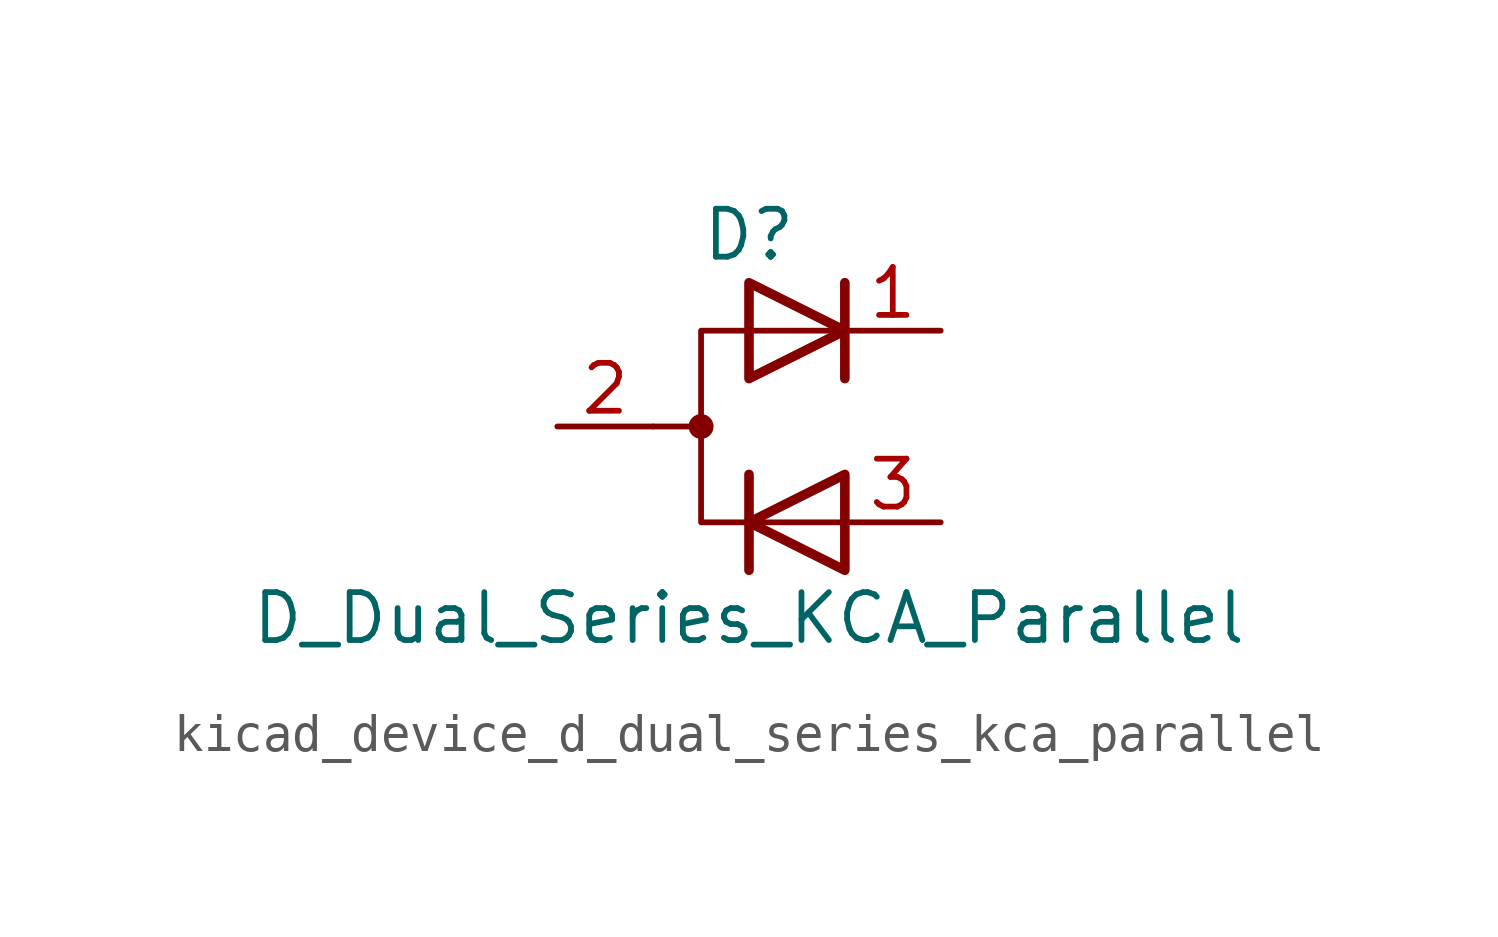
<source format=kicad_sym>
(kicad_symbol_lib
  (version 20220914)
  (generator kicad_symbol_editor)
  (symbol "kicad_device_d_dual_series_kca_parallel"
    (pin_names
      (offset 0.762) hide)
    (property "Reference" "D"
      (at 0 5.08 0)
      (effects (font (size 1.27 1.27))))
    (property "Value" "D_Dual_Series_KCA_Parallel"
      (at 0 -5.08 0)
      (effects (font (size 1.27 1.27))))
    (symbol "kicad_device_d_dual_series_kca_parallel_0_0"
      (polyline (pts (xy 0 -1.27) (xy 0 -3.81)) (stroke (width 0.254) (type default)) (fill (type none)))
      (polyline (pts (xy 2.54 3.81) (xy 2.54 1.27)) (stroke (width 0.254) (type default)) (fill (type none))))
    (symbol "kicad_device_d_dual_series_kca_parallel_0_1"
      (circle (center -1.27 0) (radius 0.254) (stroke (width 0) (type default)) (fill (type outline)))
      (polyline (pts (xy -1.27 0) (xy -2.54 0)) (stroke (width 0) (type default)) (fill (type none)))
      (polyline (pts (xy 2.54 2.54) (xy -1.27 2.54) (xy -1.27 -2.54) (xy 2.54 -2.54)) (stroke (width 0) (type default)) (fill (type none)))
      (polyline (pts (xy 0 3.81) (xy 2.54 2.54) (xy 0 1.27) (xy 0 3.81) (xy 0 3.81) (xy 0 3.81)) (stroke (width 0.254) (type default)) (fill (type none)))
      (polyline (pts (xy 2.54 -1.27) (xy 0 -2.54) (xy 2.54 -3.81) (xy 2.54 -1.27) (xy 2.54 -1.27) (xy 2.54 -1.27)) (stroke (width 0.254) (type default)) (fill (type none)))
      (pin passive line (at 5.08 2.54 180) (length 2.54) (name "K" (effects (font (size 1.27 1.27)))) (number "1" (effects (font (size 1.27 1.27)))))
      (pin passive line (at -5.08 0 0) (length 2.54) (name "A" (effects (font (size 1.27 1.27)))) (number "2" (effects (font (size 1.27 1.27)))))
      (pin passive line (at 5.08 -2.54 180) (length 2.54) (name "K" (effects (font (size 1.27 1.27)))) (number "3" (effects (font (size 1.27 1.27))))))))
</source>
